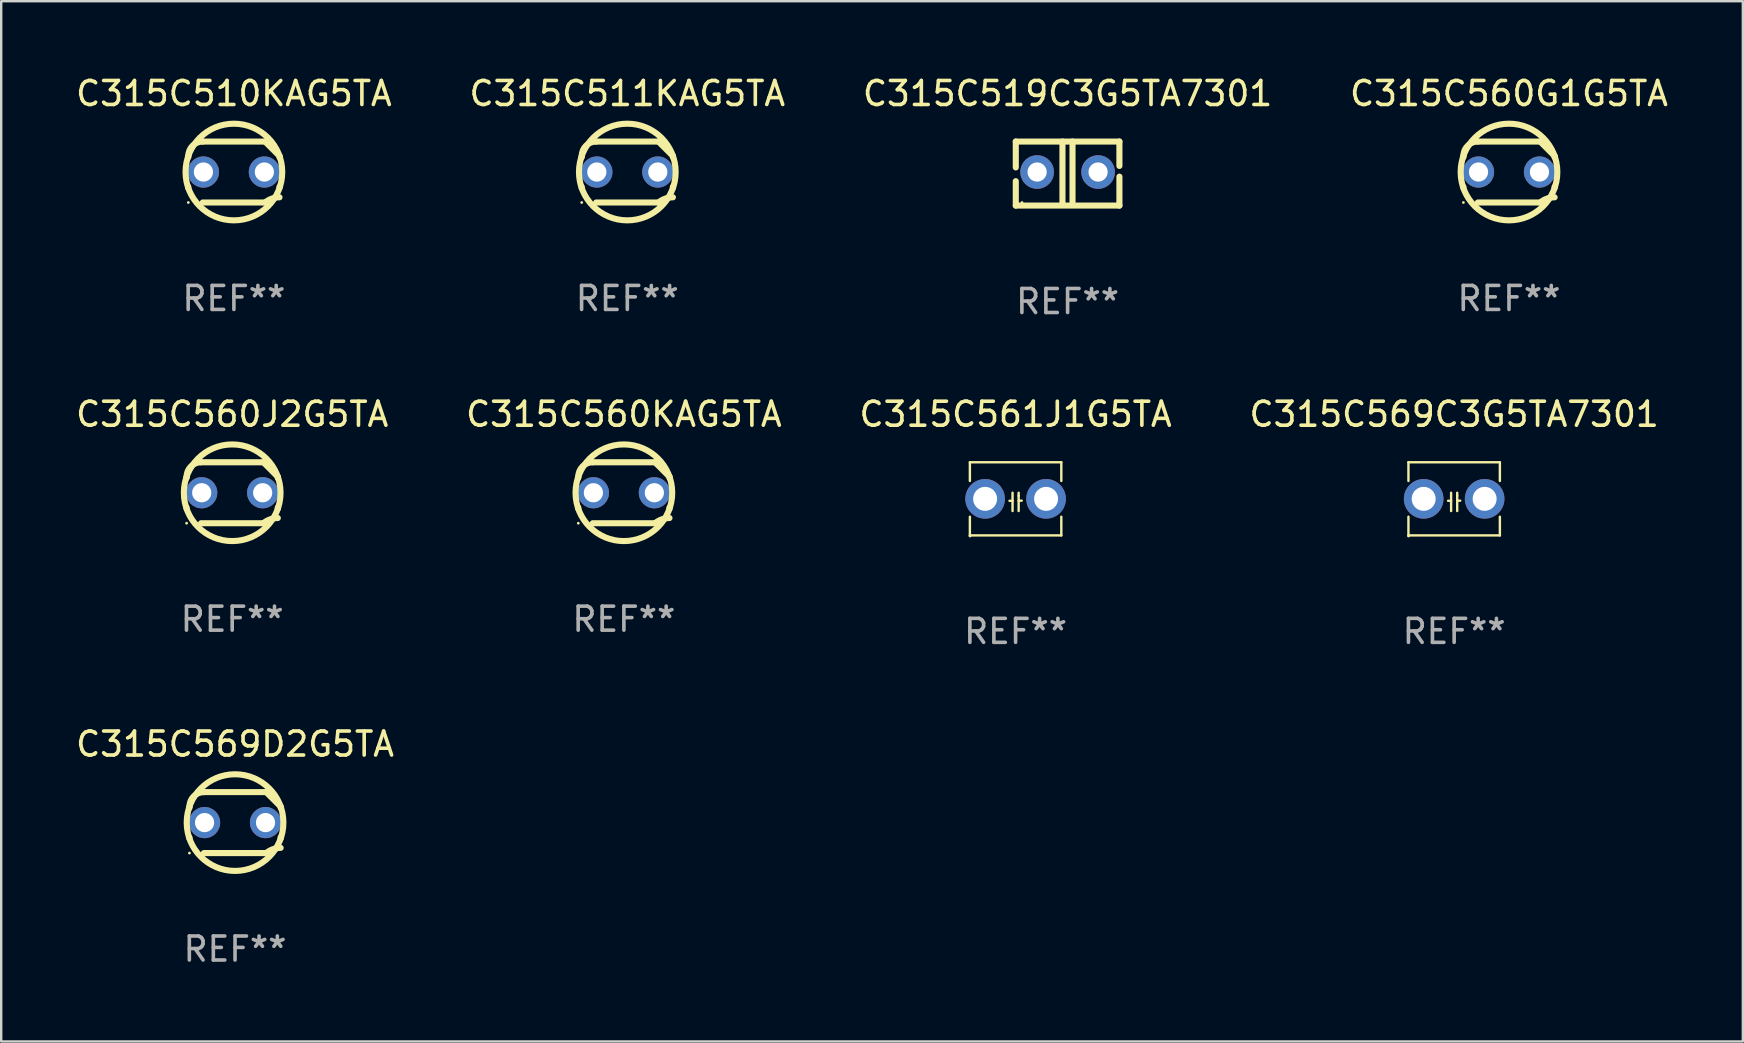
<source format=kicad_pcb>
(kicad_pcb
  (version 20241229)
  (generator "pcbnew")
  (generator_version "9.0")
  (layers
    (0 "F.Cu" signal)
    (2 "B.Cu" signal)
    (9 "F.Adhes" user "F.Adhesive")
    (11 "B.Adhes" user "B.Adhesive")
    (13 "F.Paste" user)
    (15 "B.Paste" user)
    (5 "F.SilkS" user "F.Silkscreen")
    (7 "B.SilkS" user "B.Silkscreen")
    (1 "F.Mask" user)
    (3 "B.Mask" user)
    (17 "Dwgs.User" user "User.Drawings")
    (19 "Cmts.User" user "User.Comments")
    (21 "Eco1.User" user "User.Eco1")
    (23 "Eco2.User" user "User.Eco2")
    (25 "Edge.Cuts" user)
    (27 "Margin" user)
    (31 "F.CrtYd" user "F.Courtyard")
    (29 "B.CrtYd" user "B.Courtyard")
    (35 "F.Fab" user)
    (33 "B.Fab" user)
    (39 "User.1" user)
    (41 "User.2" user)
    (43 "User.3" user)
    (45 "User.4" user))
  (footprint "C315C560KAG5TA"
    (layer "F.Cu")
    (at 22.946 17.482)
    (property "Reference" "C315C560KAG5TA" (at 0 -3.27 0) (layer "F.SilkS") (effects (font (size 1 1) (thickness 0.15))))
    (attr through_hole)
    (fp_line (start -1.9 -0.615) (end -1.9 -0.668) (stroke (width 0.254) (type solid)) (layer "F.SilkS"))
    (fp_line (start -1.9 0.668) (end -1.9 0.615) (stroke (width 0.254) (type solid)) (layer "F.SilkS"))
    (fp_line (start -1.298 1.27) (end 1.298 1.27) (stroke (width 0.254) (type solid)) (layer "F.SilkS"))
    (fp_line (start -1.298 -1.27) (end 1.298 -1.27) (stroke (width 0.254) (type solid)) (layer "F.SilkS"))
    (fp_line (start 1.9 -0.668) (end 1.9 -0.615) (stroke (width 0.254) (type solid)) (layer "F.SilkS"))
    (fp_line (start 1.9 0.615) (end 1.9 0.668) (stroke (width 0.254) (type solid)) (layer "F.SilkS"))
    (fp_arc (start -1.900025 0.667602) (mid 1.900003 -0.66758) (end -1.900025 0.667602) (stroke (width 0.254001) (type solid)) (layer "F.SilkS"))
    (fp_arc (start -1.9 -0.667602) (mid -1.723557 -1.093572) (end -1.297587 -1.270015) (stroke (width 0.254001) (type solid)) (layer "F.SilkS"))
    (fp_arc (start 1.297587 1.26999) (mid 1.579878 1.109027) (end 1.9 1.053172) (stroke (width 0.254001) (type solid)) (layer "F.SilkS"))
    (fp_arc (start 1.297611 -1.270042) (mid 1.598991 -0.969008) (end 1.900025 -0.667628) (stroke (width 0.254001) (type solid)) (layer "F.SilkS"))
    (fp_circle (center -1.9 1.27) (end -1.87 1.27) (stroke (width 0.06) (type solid)) (fill no) (layer "F.SilkS"))
    (fp_text user "REF**" (at 0 5.27 0) (layer "F.Fab") (effects (font (size 1 1) (thickness 0.15))))
    (pad "1" thru_hole circle (at -1.27 -0.000013) (size 1.3 1.3) (drill 0.8) (layers "*.Cu" "*.Mask"))
    (pad "2" thru_hole circle (at 1.27 -0.000013) (size 1.3 1.3) (drill 0.8) (layers "*.Cu" "*.Mask")))
  (footprint "C315C560G1G5TA"
    (layer "F.Cu")
    (at 59.827 4.118)
    (property "Reference" "C315C560G1G5TA" (at 0 -3.27 0) (layer "F.SilkS") (effects (font (size 1 1) (thickness 0.15))))
    (attr through_hole)
    (fp_line (start -1.9 -0.615) (end -1.9 -0.668) (stroke (width 0.254) (type solid)) (layer "F.SilkS"))
    (fp_line (start -1.9 0.668) (end -1.9 0.615) (stroke (width 0.254) (type solid)) (layer "F.SilkS"))
    (fp_line (start -1.298 1.27) (end 1.298 1.27) (stroke (width 0.254) (type solid)) (layer "F.SilkS"))
    (fp_line (start -1.298 -1.27) (end 1.298 -1.27) (stroke (width 0.254) (type solid)) (layer "F.SilkS"))
    (fp_line (start 1.9 -0.668) (end 1.9 -0.615) (stroke (width 0.254) (type solid)) (layer "F.SilkS"))
    (fp_line (start 1.9 0.615) (end 1.9 0.668) (stroke (width 0.254) (type solid)) (layer "F.SilkS"))
    (fp_arc (start -1.900025 0.667602) (mid 1.900003 -0.66758) (end -1.900025 0.667602) (stroke (width 0.254001) (type solid)) (layer "F.SilkS"))
    (fp_arc (start -1.9 -0.667602) (mid -1.723557 -1.093572) (end -1.297587 -1.270015) (stroke (width 0.254001) (type solid)) (layer "F.SilkS"))
    (fp_arc (start 1.297587 1.26999) (mid 1.579878 1.109027) (end 1.9 1.053172) (stroke (width 0.254001) (type solid)) (layer "F.SilkS"))
    (fp_arc (start 1.297611 -1.270042) (mid 1.598991 -0.969008) (end 1.900025 -0.667628) (stroke (width 0.254001) (type solid)) (layer "F.SilkS"))
    (fp_circle (center -1.9 1.27) (end -1.87 1.27) (stroke (width 0.06) (type solid)) (fill no) (layer "F.SilkS"))
    (fp_text user "REF**" (at 0 5.27 0) (layer "F.Fab") (effects (font (size 1 1) (thickness 0.15))))
    (pad "1" thru_hole circle (at -1.27 -0.000013) (size 1.3 1.3) (drill 0.8) (layers "*.Cu" "*.Mask"))
    (pad "2" thru_hole circle (at 1.27 -0.000013) (size 1.3 1.3) (drill 0.8) (layers "*.Cu" "*.Mask")))
  (footprint "C315C569C3G5TA7301"
    (layer "F.Cu")
    (at 57.542 17.736)
    (property "Reference" "C315C569C3G5TA7301" (at 0 -3.524 0) (layer "F.SilkS") (effects (font (size 1 1) (thickness 0.15))))
    (attr through_hole)
    (fp_line (start -1.905 -1.524) (end -1.905 -0.745) (stroke (width 0.1) (type solid)) (layer "F.SilkS"))
    (fp_line (start -1.905 0.745) (end -1.905 1.524) (stroke (width 0.1) (type solid)) (layer "F.SilkS"))
    (fp_line (start -1.905 1.524) (end 1.905 1.524) (stroke (width 0.1) (type solid)) (layer "F.SilkS"))
    (fp_line (start -0.127 -0.254) (end -0.127 0.508) (stroke (width 0.1) (type solid)) (layer "F.SilkS"))
    (fp_line (start -0.127 0.082) (end -0.254 0.082) (stroke (width 0.1) (type solid)) (layer "F.SilkS"))
    (fp_line (start 0.127 -0.127) (end 0.127 -0.254) (stroke (width 0.1) (type solid)) (layer "F.SilkS"))
    (fp_line (start 0.127 -0.127) (end 0.127 0.508) (stroke (width 0.1) (type solid)) (layer "F.SilkS"))
    (fp_line (start 0.127 0.077) (end 0.254 0.077) (stroke (width 0.1) (type solid)) (layer "F.SilkS"))
    (fp_line (start 1.905 -1.524) (end -1.905 -1.524) (stroke (width 0.1) (type solid)) (layer "F.SilkS"))
    (fp_line (start 1.905 -0.745) (end 1.905 -1.524) (stroke (width 0.1) (type solid)) (layer "F.SilkS"))
    (fp_line (start 1.905 1.524) (end 1.905 0.745) (stroke (width 0.1) (type solid)) (layer "F.SilkS"))
    (fp_circle (center -1.9 1.55) (end -1.87 1.55) (stroke (width 0.06) (type solid)) (fill no) (layer "F.SilkS"))
    (fp_text user "REF**" (at 0 5.524 0) (layer "F.Fab") (effects (font (size 1 1) (thickness 0.15))))
    (pad "1" thru_hole circle (at -1.27 0) (size 1.65 1.65) (drill 1) (layers "*.Cu" "*.Mask"))
    (pad "2" thru_hole circle (at 1.27 0) (size 1.65 1.65) (drill 1) (layers "*.Cu" "*.Mask")))
  (footprint "C315C511KAG5TA"
    (layer "F.Cu")
    (at 23.089 4.118)
    (property "Reference" "C315C511KAG5TA" (at 0 -3.27 0) (layer "F.SilkS") (effects (font (size 1 1) (thickness 0.15))))
    (attr through_hole)
    (fp_line (start -1.9 -0.615) (end -1.9 -0.668) (stroke (width 0.254) (type solid)) (layer "F.SilkS"))
    (fp_line (start -1.9 0.668) (end -1.9 0.615) (stroke (width 0.254) (type solid)) (layer "F.SilkS"))
    (fp_line (start -1.298 1.27) (end 1.298 1.27) (stroke (width 0.254) (type solid)) (layer "F.SilkS"))
    (fp_line (start -1.298 -1.27) (end 1.298 -1.27) (stroke (width 0.254) (type solid)) (layer "F.SilkS"))
    (fp_line (start 1.9 -0.668) (end 1.9 -0.615) (stroke (width 0.254) (type solid)) (layer "F.SilkS"))
    (fp_line (start 1.9 0.615) (end 1.9 0.668) (stroke (width 0.254) (type solid)) (layer "F.SilkS"))
    (fp_arc (start -1.900025 0.667602) (mid 1.900003 -0.66758) (end -1.900025 0.667602) (stroke (width 0.254001) (type solid)) (layer "F.SilkS"))
    (fp_arc (start -1.9 -0.667602) (mid -1.723557 -1.093572) (end -1.297587 -1.270015) (stroke (width 0.254001) (type solid)) (layer "F.SilkS"))
    (fp_arc (start 1.297587 1.26999) (mid 1.579878 1.109027) (end 1.9 1.053172) (stroke (width 0.254001) (type solid)) (layer "F.SilkS"))
    (fp_arc (start 1.297611 -1.270042) (mid 1.598991 -0.969008) (end 1.900025 -0.667628) (stroke (width 0.254001) (type solid)) (layer "F.SilkS"))
    (fp_circle (center -1.9 1.27) (end -1.87 1.27) (stroke (width 0.06) (type solid)) (fill no) (layer "F.SilkS"))
    (fp_text user "REF**" (at 0 5.27 0) (layer "F.Fab") (effects (font (size 1 1) (thickness 0.15))))
    (pad "1" thru_hole circle (at -1.27 -0.000013) (size 1.3 1.3) (drill 0.8) (layers "*.Cu" "*.Mask"))
    (pad "2" thru_hole circle (at 1.27 -0.000013) (size 1.3 1.3) (drill 0.8) (layers "*.Cu" "*.Mask")))
  (footprint "C315C510KAG5TA"
    (layer "F.Cu")
    (at 6.696 4.118)
    (property "Reference" "C315C510KAG5TA" (at 0 -3.27 0) (layer "F.SilkS") (effects (font (size 1 1) (thickness 0.15))))
    (attr through_hole)
    (fp_line (start -1.9 -0.615) (end -1.9 -0.668) (stroke (width 0.254) (type solid)) (layer "F.SilkS"))
    (fp_line (start -1.9 0.668) (end -1.9 0.615) (stroke (width 0.254) (type solid)) (layer "F.SilkS"))
    (fp_line (start -1.298 1.27) (end 1.298 1.27) (stroke (width 0.254) (type solid)) (layer "F.SilkS"))
    (fp_line (start -1.298 -1.27) (end 1.298 -1.27) (stroke (width 0.254) (type solid)) (layer "F.SilkS"))
    (fp_line (start 1.9 -0.668) (end 1.9 -0.615) (stroke (width 0.254) (type solid)) (layer "F.SilkS"))
    (fp_line (start 1.9 0.615) (end 1.9 0.668) (stroke (width 0.254) (type solid)) (layer "F.SilkS"))
    (fp_arc (start -1.900025 0.667602) (mid 1.900003 -0.66758) (end -1.900025 0.667602) (stroke (width 0.254001) (type solid)) (layer "F.SilkS"))
    (fp_arc (start -1.9 -0.667602) (mid -1.723557 -1.093572) (end -1.297587 -1.270015) (stroke (width 0.254001) (type solid)) (layer "F.SilkS"))
    (fp_arc (start 1.297587 1.26999) (mid 1.579878 1.109027) (end 1.9 1.053172) (stroke (width 0.254001) (type solid)) (layer "F.SilkS"))
    (fp_arc (start 1.297611 -1.270042) (mid 1.598991 -0.969008) (end 1.900025 -0.667628) (stroke (width 0.254001) (type solid)) (layer "F.SilkS"))
    (fp_circle (center -1.9 1.27) (end -1.87 1.27) (stroke (width 0.06) (type solid)) (fill no) (layer "F.SilkS"))
    (fp_text user "REF**" (at 0 5.27 0) (layer "F.Fab") (effects (font (size 1 1) (thickness 0.15))))
    (pad "1" thru_hole circle (at -1.27 -0.000013) (size 1.3 1.3) (drill 0.8) (layers "*.Cu" "*.Mask"))
    (pad "2" thru_hole circle (at 1.27 -0.000013) (size 1.3 1.3) (drill 0.8) (layers "*.Cu" "*.Mask")))
  (footprint "C315C519C3G5TA7301"
    (layer "F.Cu")
    (at 41.435 4.182)
    (property "Reference" "C315C519C3G5TA7301" (at 0 -3.334 0) (layer "F.SilkS") (effects (font (size 1 1) (thickness 0.15))))
    (attr through_hole)
    (fp_line (start -2.159 -1.334) (end 2.159 -1.334) (stroke (width 0.254) (type solid)) (layer "F.SilkS"))
    (fp_line (start -2.159 -0.256) (end -2.159 -1.334) (stroke (width 0.254) (type solid)) (layer "F.SilkS"))
    (fp_line (start -2.159 1.334) (end -2.159 0.318) (stroke (width 0.254) (type solid)) (layer "F.SilkS"))
    (fp_line (start -0.214 -1.334) (end -0.214 1.207) (stroke (width 0.254) (type solid)) (layer "F.SilkS"))
    (fp_line (start 0.205 -1.334) (end 0.205 1.207) (stroke (width 0.254) (type solid)) (layer "F.SilkS"))
    (fp_line (start 2.159 -1.334) (end 2.159 -0.318) (stroke (width 0.254) (type solid)) (layer "F.SilkS"))
    (fp_line (start 2.159 0.129) (end 2.159 1.334) (stroke (width 0.254) (type solid)) (layer "F.SilkS"))
    (fp_line (start 2.159 1.334) (end -2.159 1.334) (stroke (width 0.254) (type solid)) (layer "F.SilkS"))
    (fp_circle (center -1.9 1.207) (end -1.87 1.207) (stroke (width 0.06) (type solid)) (fill no) (layer "F.SilkS"))
    (fp_text user "REF**" (at 0 5.334 0) (layer "F.Fab") (effects (font (size 1 1) (thickness 0.15))))
    (pad "1" thru_hole circle (at -1.27 -0.064) (size 1.4 1.4) (drill 0.8) (layers "*.Cu" "*.Mask"))
    (pad "2" thru_hole circle (at 1.27 -0.064) (size 1.4 1.4) (drill 0.8) (layers "*.Cu" "*.Mask")))
  (footprint "C315C561J1G5TA"
    (layer "F.Cu")
    (at 39.268 17.736)
    (property "Reference" "C315C561J1G5TA" (at 0 -3.524 0) (layer "F.SilkS") (effects (font (size 1 1) (thickness 0.15))))
    (attr through_hole)
    (fp_line (start -1.905 -1.524) (end -1.905 -0.745) (stroke (width 0.1) (type solid)) (layer "F.SilkS"))
    (fp_line (start -1.905 0.745) (end -1.905 1.524) (stroke (width 0.1) (type solid)) (layer "F.SilkS"))
    (fp_line (start -1.905 1.524) (end 1.905 1.524) (stroke (width 0.1) (type solid)) (layer "F.SilkS"))
    (fp_line (start -0.127 -0.254) (end -0.127 0.508) (stroke (width 0.1) (type solid)) (layer "F.SilkS"))
    (fp_line (start -0.127 0.082) (end -0.254 0.082) (stroke (width 0.1) (type solid)) (layer "F.SilkS"))
    (fp_line (start 0.127 -0.127) (end 0.127 -0.254) (stroke (width 0.1) (type solid)) (layer "F.SilkS"))
    (fp_line (start 0.127 -0.127) (end 0.127 0.508) (stroke (width 0.1) (type solid)) (layer "F.SilkS"))
    (fp_line (start 0.127 0.077) (end 0.254 0.077) (stroke (width 0.1) (type solid)) (layer "F.SilkS"))
    (fp_line (start 1.905 -1.524) (end -1.905 -1.524) (stroke (width 0.1) (type solid)) (layer "F.SilkS"))
    (fp_line (start 1.905 -0.745) (end 1.905 -1.524) (stroke (width 0.1) (type solid)) (layer "F.SilkS"))
    (fp_line (start 1.905 1.524) (end 1.905 0.745) (stroke (width 0.1) (type solid)) (layer "F.SilkS"))
    (fp_circle (center -1.9 1.55) (end -1.87 1.55) (stroke (width 0.06) (type solid)) (fill no) (layer "F.SilkS"))
    (fp_text user "REF**" (at 0 5.524 0) (layer "F.Fab") (effects (font (size 1 1) (thickness 0.15))))
    (pad "1" thru_hole circle (at -1.27 0) (size 1.65 1.65) (drill 1) (layers "*.Cu" "*.Mask"))
    (pad "2" thru_hole circle (at 1.27 0) (size 1.65 1.65) (drill 1) (layers "*.Cu" "*.Mask")))
  (footprint "C315C560J2G5TA"
    (layer "F.Cu")
    (at 6.625 17.482)
    (property "Reference" "C315C560J2G5TA" (at 0 -3.27 0) (layer "F.SilkS") (effects (font (size 1 1) (thickness 0.15))))
    (attr through_hole)
    (fp_line (start -1.9 -0.615) (end -1.9 -0.668) (stroke (width 0.254) (type solid)) (layer "F.SilkS"))
    (fp_line (start -1.9 0.668) (end -1.9 0.615) (stroke (width 0.254) (type solid)) (layer "F.SilkS"))
    (fp_line (start -1.298 1.27) (end 1.298 1.27) (stroke (width 0.254) (type solid)) (layer "F.SilkS"))
    (fp_line (start -1.298 -1.27) (end 1.298 -1.27) (stroke (width 0.254) (type solid)) (layer "F.SilkS"))
    (fp_line (start 1.9 -0.668) (end 1.9 -0.615) (stroke (width 0.254) (type solid)) (layer "F.SilkS"))
    (fp_line (start 1.9 0.615) (end 1.9 0.668) (stroke (width 0.254) (type solid)) (layer "F.SilkS"))
    (fp_arc (start -1.900025 0.667602) (mid 1.900003 -0.66758) (end -1.900025 0.667602) (stroke (width 0.254001) (type solid)) (layer "F.SilkS"))
    (fp_arc (start -1.9 -0.667602) (mid -1.723557 -1.093572) (end -1.297587 -1.270015) (stroke (width 0.254001) (type solid)) (layer "F.SilkS"))
    (fp_arc (start 1.297587 1.26999) (mid 1.579878 1.109027) (end 1.9 1.053172) (stroke (width 0.254001) (type solid)) (layer "F.SilkS"))
    (fp_arc (start 1.297611 -1.270042) (mid 1.598991 -0.969008) (end 1.900025 -0.667628) (stroke (width 0.254001) (type solid)) (layer "F.SilkS"))
    (fp_circle (center -1.9 1.27) (end -1.87 1.27) (stroke (width 0.06) (type solid)) (fill no) (layer "F.SilkS"))
    (fp_text user "REF**" (at 0 5.27 0) (layer "F.Fab") (effects (font (size 1 1) (thickness 0.15))))
    (pad "1" thru_hole circle (at -1.27 -0.000013) (size 1.3 1.3) (drill 0.8) (layers "*.Cu" "*.Mask"))
    (pad "2" thru_hole circle (at 1.27 -0.000013) (size 1.3 1.3) (drill 0.8) (layers "*.Cu" "*.Mask")))
  (footprint "C315C569D2G5TA"
    (layer "F.Cu")
    (at 6.744 31.226)
    (property "Reference" "C315C569D2G5TA" (at 0 -3.27 0) (layer "F.SilkS") (effects (font (size 1 1) (thickness 0.15))))
    (attr through_hole)
    (fp_line (start -1.9 -0.615) (end -1.9 -0.668) (stroke (width 0.254) (type solid)) (layer "F.SilkS"))
    (fp_line (start -1.9 0.668) (end -1.9 0.615) (stroke (width 0.254) (type solid)) (layer "F.SilkS"))
    (fp_line (start -1.298 1.27) (end 1.298 1.27) (stroke (width 0.254) (type solid)) (layer "F.SilkS"))
    (fp_line (start -1.298 -1.27) (end 1.298 -1.27) (stroke (width 0.254) (type solid)) (layer "F.SilkS"))
    (fp_line (start 1.9 -0.668) (end 1.9 -0.615) (stroke (width 0.254) (type solid)) (layer "F.SilkS"))
    (fp_line (start 1.9 0.615) (end 1.9 0.668) (stroke (width 0.254) (type solid)) (layer "F.SilkS"))
    (fp_arc (start -1.900025 0.667602) (mid 1.900003 -0.66758) (end -1.900025 0.667602) (stroke (width 0.254001) (type solid)) (layer "F.SilkS"))
    (fp_arc (start -1.9 -0.667602) (mid -1.723557 -1.093572) (end -1.297587 -1.270015) (stroke (width 0.254001) (type solid)) (layer "F.SilkS"))
    (fp_arc (start 1.297587 1.26999) (mid 1.579878 1.109027) (end 1.9 1.053172) (stroke (width 0.254001) (type solid)) (layer "F.SilkS"))
    (fp_arc (start 1.297611 -1.270042) (mid 1.598991 -0.969008) (end 1.900025 -0.667628) (stroke (width 0.254001) (type solid)) (layer "F.SilkS"))
    (fp_circle (center -1.9 1.27) (end -1.87 1.27) (stroke (width 0.06) (type solid)) (fill no) (layer "F.SilkS"))
    (fp_text user "REF**" (at 0 5.27 0) (layer "F.Fab") (effects (font (size 1 1) (thickness 0.15))))
    (pad "1" thru_hole circle (at -1.27 -0.000013) (size 1.3 1.3) (drill 0.8) (layers "*.Cu" "*.Mask"))
    (pad "2" thru_hole circle (at 1.27 -0.000013) (size 1.3 1.3) (drill 0.8) (layers "*.Cu" "*.Mask")))
  (gr_rect
    (start -3 -3)
    (end 69.571 40.345)
    (stroke (width 0.1) (type default))
    (fill no)
    (layer "Edge.Cuts")))
</source>
